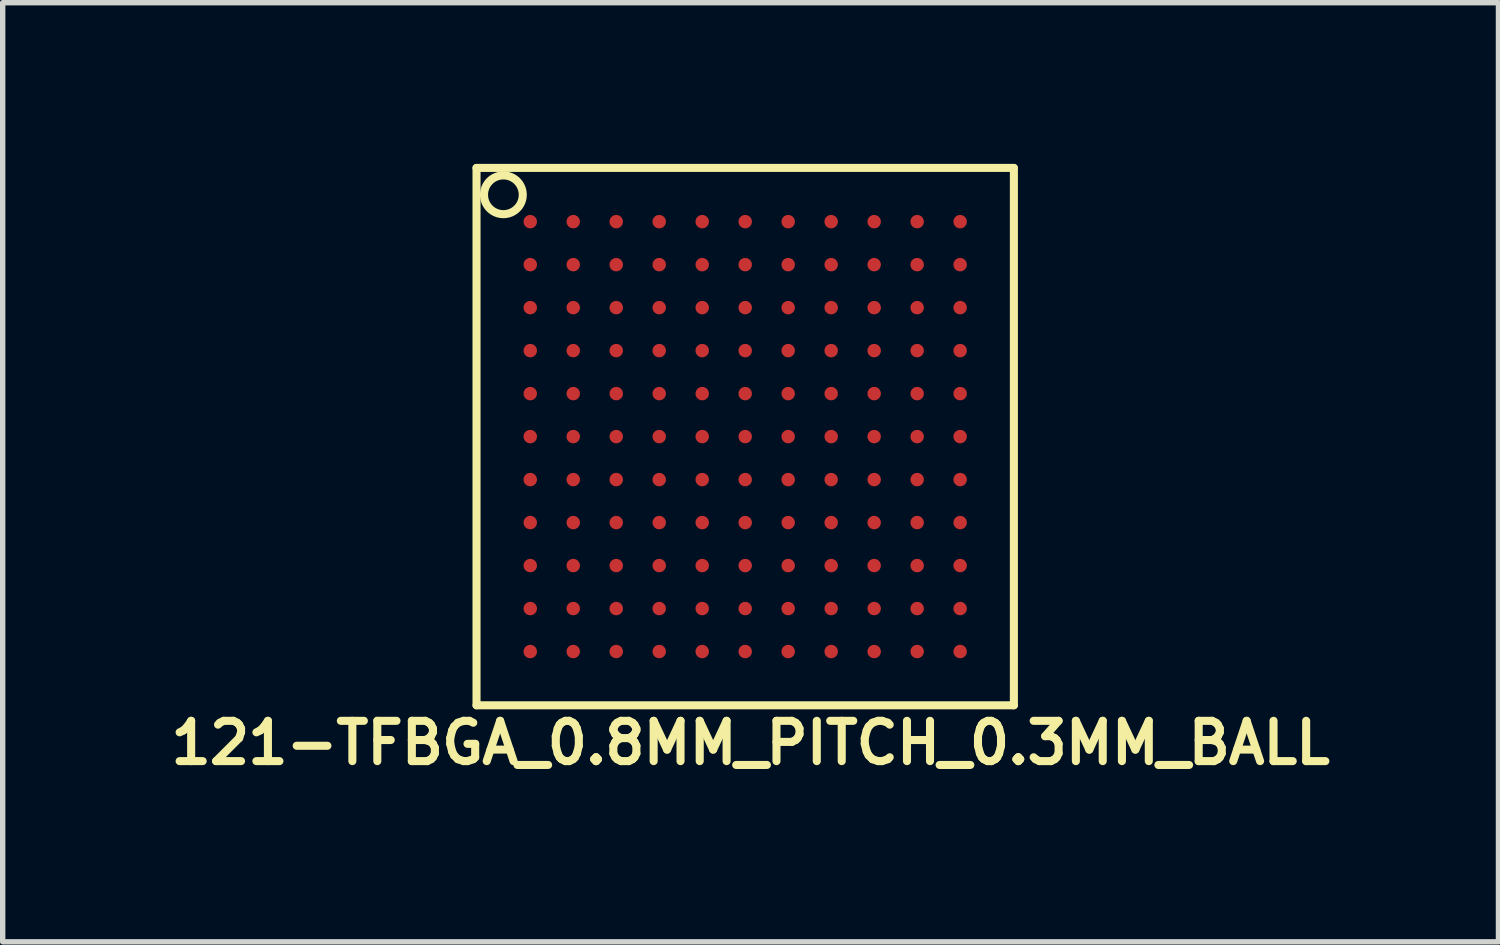
<source format=kicad_pcb>
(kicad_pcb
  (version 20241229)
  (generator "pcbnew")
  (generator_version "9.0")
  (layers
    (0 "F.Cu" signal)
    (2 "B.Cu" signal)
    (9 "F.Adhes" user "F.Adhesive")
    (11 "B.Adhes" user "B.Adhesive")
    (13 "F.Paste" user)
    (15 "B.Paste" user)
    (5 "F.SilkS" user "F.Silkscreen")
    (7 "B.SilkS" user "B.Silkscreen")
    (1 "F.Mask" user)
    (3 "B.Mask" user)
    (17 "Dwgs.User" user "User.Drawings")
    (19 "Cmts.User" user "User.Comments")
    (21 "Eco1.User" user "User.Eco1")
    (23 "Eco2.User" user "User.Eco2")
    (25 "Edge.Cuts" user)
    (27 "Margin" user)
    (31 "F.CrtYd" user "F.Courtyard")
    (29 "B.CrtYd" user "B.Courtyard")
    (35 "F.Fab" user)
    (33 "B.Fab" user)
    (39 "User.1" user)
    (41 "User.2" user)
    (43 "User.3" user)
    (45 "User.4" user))
  (footprint "121-TFBGA_0.8MM_PITCH_0.3MM_BALL"
    (layer "F.Cu")
    (at 10.818 5.075)
    (property "Reference" "121-TFBGA_0.8MM_PITCH_0.3MM_BALL" (at 0.1 5.7 0) (layer "F.SilkS") (effects (font (size 0.75 0.75) (thickness 0.15))))
    (attr through_hole)
    (fp_line (start -5 -5) (end -5 5) (stroke (width 0.15) (type solid)) (layer "F.SilkS"))
    (fp_line (start -5 5) (end 5 5) (stroke (width 0.15) (type solid)) (layer "F.SilkS"))
    (fp_line (start 5 -5) (end -5 -5) (stroke (width 0.15) (type solid)) (layer "F.SilkS"))
    (fp_line (start 5 5) (end 5 -5) (stroke (width 0.15) (type solid)) (layer "F.SilkS"))
    (fp_circle (center -4.5 -4.5) (end -4.3 -4.2) (stroke (width 0.15) (type solid)) (fill no) (layer "F.SilkS"))
    (pad "A1" smd circle (at -4 -4) (size 0.25 0.25) (layers "F.Cu" "F.Mask" "F.Paste"))
    (pad "A2" smd circle (at -3.2 -4) (size 0.25 0.25) (layers "F.Cu" "F.Mask" "F.Paste"))
    (pad "A3" smd circle (at -2.4 -4) (size 0.25 0.25) (layers "F.Cu" "F.Mask" "F.Paste"))
    (pad "A4" smd circle (at -1.6 -4) (size 0.25 0.25) (layers "F.Cu" "F.Mask" "F.Paste"))
    (pad "A5" smd circle (at -0.8 -4) (size 0.25 0.25) (layers "F.Cu" "F.Mask" "F.Paste"))
    (pad "A6" smd circle (at 0 -4) (size 0.25 0.25) (layers "F.Cu" "F.Mask" "F.Paste"))
    (pad "A7" smd circle (at 0.8 -4) (size 0.25 0.25) (layers "F.Cu" "F.Mask" "F.Paste"))
    (pad "A8" smd circle (at 1.6 -4) (size 0.25 0.25) (layers "F.Cu" "F.Mask" "F.Paste"))
    (pad "A9" smd circle (at 2.4 -4) (size 0.25 0.25) (layers "F.Cu" "F.Mask" "F.Paste"))
    (pad "A10" smd circle (at 3.2 -4) (size 0.25 0.25) (layers "F.Cu" "F.Mask" "F.Paste"))
    (pad "A11" smd circle (at 4 -4) (size 0.25 0.25) (layers "F.Cu" "F.Mask" "F.Paste"))
    (pad "B1" smd circle (at -4 -3.2) (size 0.25 0.25) (layers "F.Cu" "F.Mask" "F.Paste"))
    (pad "B2" smd circle (at -3.2 -3.2) (size 0.25 0.25) (layers "F.Cu" "F.Mask" "F.Paste"))
    (pad "B3" smd circle (at -2.4 -3.2) (size 0.25 0.25) (layers "F.Cu" "F.Mask" "F.Paste"))
    (pad "B4" smd circle (at -1.6 -3.2) (size 0.25 0.25) (layers "F.Cu" "F.Mask" "F.Paste"))
    (pad "B5" smd circle (at -0.8 -3.2) (size 0.25 0.25) (layers "F.Cu" "F.Mask" "F.Paste"))
    (pad "B6" smd circle (at 0 -3.2) (size 0.25 0.25) (layers "F.Cu" "F.Mask" "F.Paste"))
    (pad "B7" smd circle (at 0.8 -3.2) (size 0.25 0.25) (layers "F.Cu" "F.Mask" "F.Paste"))
    (pad "B8" smd circle (at 1.6 -3.2) (size 0.25 0.25) (layers "F.Cu" "F.Mask" "F.Paste"))
    (pad "B9" smd circle (at 2.4 -3.2) (size 0.25 0.25) (layers "F.Cu" "F.Mask" "F.Paste"))
    (pad "B10" smd circle (at 3.2 -3.2) (size 0.25 0.25) (layers "F.Cu" "F.Mask" "F.Paste"))
    (pad "B11" smd circle (at 4 -3.2) (size 0.25 0.25) (layers "F.Cu" "F.Mask" "F.Paste"))
    (pad "C1" smd circle (at -4 -2.4) (size 0.25 0.25) (layers "F.Cu" "F.Mask" "F.Paste"))
    (pad "C2" smd circle (at -3.2 -2.4) (size 0.25 0.25) (layers "F.Cu" "F.Mask" "F.Paste"))
    (pad "C3" smd circle (at -2.4 -2.4) (size 0.25 0.25) (layers "F.Cu" "F.Mask" "F.Paste"))
    (pad "C4" smd circle (at -1.6 -2.4) (size 0.25 0.25) (layers "F.Cu" "F.Mask" "F.Paste"))
    (pad "C5" smd circle (at -0.8 -2.4) (size 0.25 0.25) (layers "F.Cu" "F.Mask" "F.Paste"))
    (pad "C6" smd circle (at 0 -2.4) (size 0.25 0.25) (layers "F.Cu" "F.Mask" "F.Paste"))
    (pad "C7" smd circle (at 0.8 -2.4) (size 0.25 0.25) (layers "F.Cu" "F.Mask" "F.Paste"))
    (pad "C8" smd circle (at 1.6 -2.4) (size 0.25 0.25) (layers "F.Cu" "F.Mask" "F.Paste"))
    (pad "C9" smd circle (at 2.4 -2.4) (size 0.25 0.25) (layers "F.Cu" "F.Mask" "F.Paste"))
    (pad "C10" smd circle (at 3.2 -2.4) (size 0.25 0.25) (layers "F.Cu" "F.Mask" "F.Paste"))
    (pad "C11" smd circle (at 4 -2.4) (size 0.25 0.25) (layers "F.Cu" "F.Mask" "F.Paste"))
    (pad "D1" smd circle (at -4 -1.6) (size 0.25 0.25) (layers "F.Cu" "F.Mask" "F.Paste"))
    (pad "D2" smd circle (at -3.2 -1.6) (size 0.25 0.25) (layers "F.Cu" "F.Mask" "F.Paste"))
    (pad "D3" smd circle (at -2.4 -1.6) (size 0.25 0.25) (layers "F.Cu" "F.Mask" "F.Paste"))
    (pad "D4" smd circle (at -1.6 -1.6) (size 0.25 0.25) (layers "F.Cu" "F.Mask" "F.Paste"))
    (pad "D5" smd circle (at -0.8 -1.6) (size 0.25 0.25) (layers "F.Cu" "F.Mask" "F.Paste"))
    (pad "D6" smd circle (at 0 -1.6) (size 0.25 0.25) (layers "F.Cu" "F.Mask" "F.Paste"))
    (pad "D7" smd circle (at 0.8 -1.6) (size 0.25 0.25) (layers "F.Cu" "F.Mask" "F.Paste"))
    (pad "D8" smd circle (at 1.6 -1.6) (size 0.25 0.25) (layers "F.Cu" "F.Mask" "F.Paste"))
    (pad "D9" smd circle (at 2.4 -1.6) (size 0.25 0.25) (layers "F.Cu" "F.Mask" "F.Paste"))
    (pad "D10" smd circle (at 3.2 -1.6) (size 0.25 0.25) (layers "F.Cu" "F.Mask" "F.Paste"))
    (pad "D11" smd circle (at 4 -1.6) (size 0.25 0.25) (layers "F.Cu" "F.Mask" "F.Paste"))
    (pad "E1" smd circle (at -4 -0.8) (size 0.25 0.25) (layers "F.Cu" "F.Mask" "F.Paste"))
    (pad "E2" smd circle (at -3.2 -0.8) (size 0.25 0.25) (layers "F.Cu" "F.Mask" "F.Paste"))
    (pad "E3" smd circle (at -2.4 -0.8) (size 0.25 0.25) (layers "F.Cu" "F.Mask" "F.Paste"))
    (pad "E4" smd circle (at -1.6 -0.8) (size 0.25 0.25) (layers "F.Cu" "F.Mask" "F.Paste"))
    (pad "E5" smd circle (at -0.8 -0.8) (size 0.25 0.25) (layers "F.Cu" "F.Mask" "F.Paste"))
    (pad "E6" smd circle (at 0 -0.8) (size 0.25 0.25) (layers "F.Cu" "F.Mask" "F.Paste"))
    (pad "E7" smd circle (at 0.8 -0.8) (size 0.25 0.25) (layers "F.Cu" "F.Mask" "F.Paste"))
    (pad "E8" smd circle (at 1.6 -0.8) (size 0.25 0.25) (layers "F.Cu" "F.Mask" "F.Paste"))
    (pad "E9" smd circle (at 2.4 -0.8) (size 0.25 0.25) (layers "F.Cu" "F.Mask" "F.Paste"))
    (pad "E10" smd circle (at 3.2 -0.8) (size 0.25 0.25) (layers "F.Cu" "F.Mask" "F.Paste"))
    (pad "E11" smd circle (at 4 -0.8) (size 0.25 0.25) (layers "F.Cu" "F.Mask" "F.Paste"))
    (pad "F1" smd circle (at -4 0) (size 0.25 0.25) (layers "F.Cu" "F.Mask" "F.Paste"))
    (pad "F2" smd circle (at -3.2 0) (size 0.25 0.25) (layers "F.Cu" "F.Mask" "F.Paste"))
    (pad "F3" smd circle (at -2.4 0) (size 0.25 0.25) (layers "F.Cu" "F.Mask" "F.Paste"))
    (pad "F4" smd circle (at -1.6 0) (size 0.25 0.25) (layers "F.Cu" "F.Mask" "F.Paste"))
    (pad "F5" smd circle (at -0.8 0) (size 0.25 0.25) (layers "F.Cu" "F.Mask" "F.Paste"))
    (pad "F6" smd circle (at 0 0) (size 0.25 0.25) (layers "F.Cu" "F.Mask" "F.Paste"))
    (pad "F7" smd circle (at 0.8 0) (size 0.25 0.25) (layers "F.Cu" "F.Mask" "F.Paste"))
    (pad "F8" smd circle (at 1.6 0) (size 0.25 0.25) (layers "F.Cu" "F.Mask" "F.Paste"))
    (pad "F9" smd circle (at 2.4 0) (size 0.25 0.25) (layers "F.Cu" "F.Mask" "F.Paste"))
    (pad "F10" smd circle (at 3.2 0) (size 0.25 0.25) (layers "F.Cu" "F.Mask" "F.Paste"))
    (pad "F11" smd circle (at 4 0) (size 0.25 0.25) (layers "F.Cu" "F.Mask" "F.Paste"))
    (pad "G1" smd circle (at -4 0.8) (size 0.25 0.25) (layers "F.Cu" "F.Mask" "F.Paste"))
    (pad "G2" smd circle (at -3.2 0.8) (size 0.25 0.25) (layers "F.Cu" "F.Mask" "F.Paste"))
    (pad "G3" smd circle (at -2.4 0.8) (size 0.25 0.25) (layers "F.Cu" "F.Mask" "F.Paste"))
    (pad "G4" smd circle (at -1.6 0.8) (size 0.25 0.25) (layers "F.Cu" "F.Mask" "F.Paste"))
    (pad "G5" smd circle (at -0.8 0.8) (size 0.25 0.25) (layers "F.Cu" "F.Mask" "F.Paste"))
    (pad "G6" smd circle (at 0 0.8) (size 0.25 0.25) (layers "F.Cu" "F.Mask" "F.Paste"))
    (pad "G7" smd circle (at 0.8 0.8) (size 0.25 0.25) (layers "F.Cu" "F.Mask" "F.Paste"))
    (pad "G8" smd circle (at 1.6 0.8) (size 0.25 0.25) (layers "F.Cu" "F.Mask" "F.Paste"))
    (pad "G9" smd circle (at 2.4 0.8) (size 0.25 0.25) (layers "F.Cu" "F.Mask" "F.Paste"))
    (pad "G10" smd circle (at 3.2 0.8) (size 0.25 0.25) (layers "F.Cu" "F.Mask" "F.Paste"))
    (pad "G11" smd circle (at 4 0.8) (size 0.25 0.25) (layers "F.Cu" "F.Mask" "F.Paste"))
    (pad "H1" smd circle (at -4 1.6) (size 0.25 0.25) (layers "F.Cu" "F.Mask" "F.Paste"))
    (pad "H2" smd circle (at -3.2 1.6) (size 0.25 0.25) (layers "F.Cu" "F.Mask" "F.Paste"))
    (pad "H3" smd circle (at -2.4 1.6) (size 0.25 0.25) (layers "F.Cu" "F.Mask" "F.Paste"))
    (pad "H4" smd circle (at -1.6 1.6) (size 0.25 0.25) (layers "F.Cu" "F.Mask" "F.Paste"))
    (pad "H5" smd circle (at -0.8 1.6) (size 0.25 0.25) (layers "F.Cu" "F.Mask" "F.Paste"))
    (pad "H6" smd circle (at 0 1.6) (size 0.25 0.25) (layers "F.Cu" "F.Mask" "F.Paste"))
    (pad "H7" smd circle (at 0.8 1.6) (size 0.25 0.25) (layers "F.Cu" "F.Mask" "F.Paste"))
    (pad "H8" smd circle (at 1.6 1.6) (size 0.25 0.25) (layers "F.Cu" "F.Mask" "F.Paste"))
    (pad "H9" smd circle (at 2.4 1.6) (size 0.25 0.25) (layers "F.Cu" "F.Mask" "F.Paste"))
    (pad "H10" smd circle (at 3.2 1.6) (size 0.25 0.25) (layers "F.Cu" "F.Mask" "F.Paste"))
    (pad "H11" smd circle (at 4 1.6) (size 0.25 0.25) (layers "F.Cu" "F.Mask" "F.Paste"))
    (pad "J1" smd circle (at -4 2.4) (size 0.25 0.25) (layers "F.Cu" "F.Mask" "F.Paste"))
    (pad "J2" smd circle (at -3.2 2.4) (size 0.25 0.25) (layers "F.Cu" "F.Mask" "F.Paste"))
    (pad "J3" smd circle (at -2.4 2.4) (size 0.25 0.25) (layers "F.Cu" "F.Mask" "F.Paste"))
    (pad "J4" smd circle (at -1.6 2.4) (size 0.25 0.25) (layers "F.Cu" "F.Mask" "F.Paste"))
    (pad "J5" smd circle (at -0.8 2.4) (size 0.25 0.25) (layers "F.Cu" "F.Mask" "F.Paste"))
    (pad "J6" smd circle (at 0 2.4) (size 0.25 0.25) (layers "F.Cu" "F.Mask" "F.Paste"))
    (pad "J7" smd circle (at 0.8 2.4) (size 0.25 0.25) (layers "F.Cu" "F.Mask" "F.Paste"))
    (pad "J8" smd circle (at 1.6 2.4) (size 0.25 0.25) (layers "F.Cu" "F.Mask" "F.Paste"))
    (pad "J9" smd circle (at 2.4 2.4) (size 0.25 0.25) (layers "F.Cu" "F.Mask" "F.Paste"))
    (pad "J10" smd circle (at 3.2 2.4) (size 0.25 0.25) (layers "F.Cu" "F.Mask" "F.Paste"))
    (pad "J11" smd circle (at 4 2.4) (size 0.25 0.25) (layers "F.Cu" "F.Mask" "F.Paste"))
    (pad "K1" smd circle (at -4 3.2) (size 0.25 0.25) (layers "F.Cu" "F.Mask" "F.Paste"))
    (pad "K2" smd circle (at -3.2 3.2) (size 0.25 0.25) (layers "F.Cu" "F.Mask" "F.Paste"))
    (pad "K3" smd circle (at -2.4 3.2) (size 0.25 0.25) (layers "F.Cu" "F.Mask" "F.Paste"))
    (pad "K4" smd circle (at -1.6 3.2) (size 0.25 0.25) (layers "F.Cu" "F.Mask" "F.Paste"))
    (pad "K5" smd circle (at -0.8 3.2) (size 0.25 0.25) (layers "F.Cu" "F.Mask" "F.Paste"))
    (pad "K6" smd circle (at 0 3.2) (size 0.25 0.25) (layers "F.Cu" "F.Mask" "F.Paste"))
    (pad "K7" smd circle (at 0.8 3.2) (size 0.25 0.25) (layers "F.Cu" "F.Mask" "F.Paste"))
    (pad "K8" smd circle (at 1.6 3.2) (size 0.25 0.25) (layers "F.Cu" "F.Mask" "F.Paste"))
    (pad "K9" smd circle (at 2.4 3.2) (size 0.25 0.25) (layers "F.Cu" "F.Mask" "F.Paste"))
    (pad "K10" smd circle (at 3.2 3.2) (size 0.25 0.25) (layers "F.Cu" "F.Mask" "F.Paste"))
    (pad "K11" smd circle (at 4 3.2) (size 0.25 0.25) (layers "F.Cu" "F.Mask" "F.Paste"))
    (pad "L1" smd circle (at -4 4) (size 0.25 0.25) (layers "F.Cu" "F.Mask" "F.Paste"))
    (pad "L2" smd circle (at -3.2 4) (size 0.25 0.25) (layers "F.Cu" "F.Mask" "F.Paste"))
    (pad "L3" smd circle (at -2.4 4) (size 0.25 0.25) (layers "F.Cu" "F.Mask" "F.Paste"))
    (pad "L4" smd circle (at -1.6 4) (size 0.25 0.25) (layers "F.Cu" "F.Mask" "F.Paste"))
    (pad "L5" smd circle (at -0.8 4) (size 0.25 0.25) (layers "F.Cu" "F.Mask" "F.Paste"))
    (pad "L6" smd circle (at 0 4) (size 0.25 0.25) (layers "F.Cu" "F.Mask" "F.Paste"))
    (pad "L7" smd circle (at 0.8 4) (size 0.25 0.25) (layers "F.Cu" "F.Mask" "F.Paste"))
    (pad "L8" smd circle (at 1.6 4) (size 0.25 0.25) (layers "F.Cu" "F.Mask" "F.Paste"))
    (pad "L9" smd circle (at 2.4 4) (size 0.25 0.25) (layers "F.Cu" "F.Mask" "F.Paste"))
    (pad "L10" smd circle (at 3.2 4) (size 0.25 0.25) (layers "F.Cu" "F.Mask" "F.Paste"))
    (pad "L11" smd circle (at 4 4) (size 0.25 0.25) (layers "F.Cu" "F.Mask" "F.Paste")))
  (gr_rect
    (start -3 -3)
    (end 24.836 14.477)
    (stroke (width 0.1) (type default))
    (fill no)
    (layer "Edge.Cuts")))
</source>
